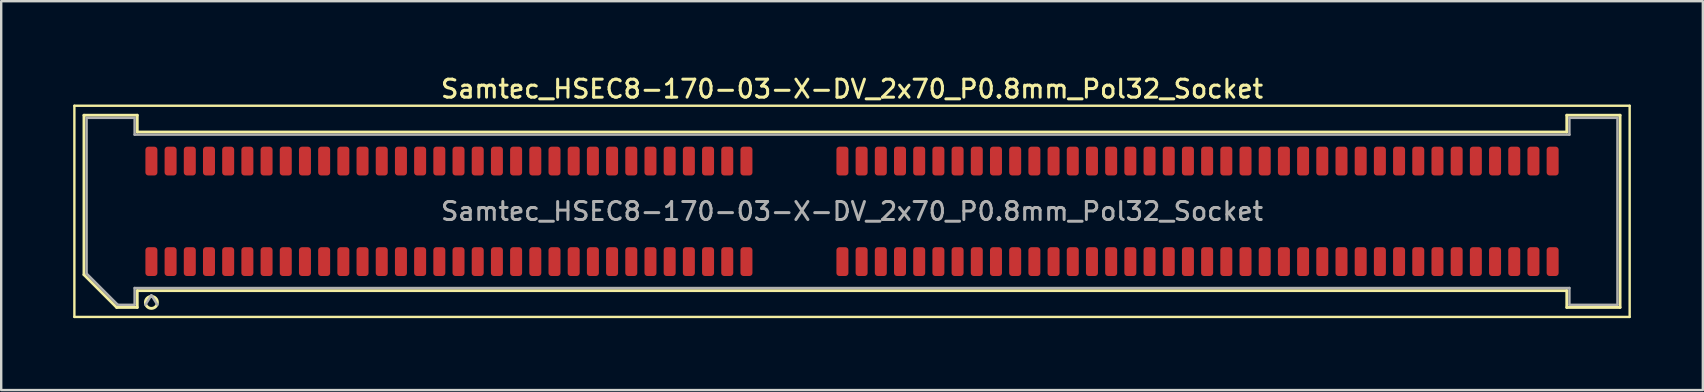
<source format=kicad_pcb>
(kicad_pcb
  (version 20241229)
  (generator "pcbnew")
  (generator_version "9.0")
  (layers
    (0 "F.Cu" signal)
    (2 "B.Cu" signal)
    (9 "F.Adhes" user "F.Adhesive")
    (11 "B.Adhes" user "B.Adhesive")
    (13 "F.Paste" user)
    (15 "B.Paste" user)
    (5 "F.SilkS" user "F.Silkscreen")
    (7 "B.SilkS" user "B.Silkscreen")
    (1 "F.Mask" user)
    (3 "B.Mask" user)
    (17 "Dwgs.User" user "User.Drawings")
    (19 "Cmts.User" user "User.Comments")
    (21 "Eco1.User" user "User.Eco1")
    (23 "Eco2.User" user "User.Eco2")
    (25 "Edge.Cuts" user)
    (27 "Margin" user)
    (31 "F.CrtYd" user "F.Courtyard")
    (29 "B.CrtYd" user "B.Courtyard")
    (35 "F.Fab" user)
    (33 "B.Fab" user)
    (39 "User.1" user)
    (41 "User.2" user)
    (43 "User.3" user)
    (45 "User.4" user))
  (footprint "Samtec_HSEC8-170-03-X-DV_2x70_P0.8mm_Pol32_Socket"
    (layer "F.Cu")
    (at 32.46 5.758)
    (property "Reference" "Samtec_HSEC8-170-03-X-DV_2x70_P0.8mm_Pol32_Socket" (at 0 -5.1 0) (layer "F.SilkS") (effects (font (size 0.75 0.75) (thickness 0.125))))
    (attr smd)
    (fp_line (start -32.41 -4.4) (end -32.41 4.4) (stroke (width 0.1) (type solid)) (layer "F.SilkS"))
    (fp_line (start -32.41 4.4) (end 32.41 4.4) (stroke (width 0.1) (type solid)) (layer "F.SilkS"))
    (fp_line (start -32.01 -4.005) (end -29.79 -4.005) (stroke (width 0.12) (type solid)) (layer "F.SilkS"))
    (fp_line (start -32.01 2.641) (end -32.01 -4.005) (stroke (width 0.12) (type solid)) (layer "F.SilkS"))
    (fp_line (start -30.646 4.005) (end -32.01 2.641) (stroke (width 0.12) (type solid)) (layer "F.SilkS"))
    (fp_line (start -29.79 -4.005) (end -29.79 -3.305) (stroke (width 0.12) (type solid)) (layer "F.SilkS"))
    (fp_line (start -29.79 -3.305) (end 29.79 -3.305) (stroke (width 0.12) (type solid)) (layer "F.SilkS"))
    (fp_line (start -29.79 3.305) (end -29.79 4.005) (stroke (width 0.12) (type solid)) (layer "F.SilkS"))
    (fp_line (start -29.79 4.005) (end -30.646 4.005) (stroke (width 0.12) (type solid)) (layer "F.SilkS"))
    (fp_line (start 29.79 -4.005) (end 32.01 -4.005) (stroke (width 0.12) (type solid)) (layer "F.SilkS"))
    (fp_line (start 29.79 -3.305) (end 29.79 -4.005) (stroke (width 0.12) (type solid)) (layer "F.SilkS"))
    (fp_line (start 29.79 3.305) (end -29.79 3.305) (stroke (width 0.12) (type solid)) (layer "F.SilkS"))
    (fp_line (start 29.79 4.005) (end 29.79 3.305) (stroke (width 0.12) (type solid)) (layer "F.SilkS"))
    (fp_line (start 32.01 -4.005) (end 32.01 4.005) (stroke (width 0.12) (type solid)) (layer "F.SilkS"))
    (fp_line (start 32.01 4.005) (end 29.79 4.005) (stroke (width 0.12) (type solid)) (layer "F.SilkS"))
    (fp_line (start 32.41 -4.4) (end -32.41 -4.4) (stroke (width 0.1) (type solid)) (layer "F.SilkS"))
    (fp_line (start 32.41 4.4) (end 32.41 -4.4) (stroke (width 0.1) (type solid)) (layer "F.SilkS"))
    (fp_arc (start -28.95 3.795) (mid -29.45 3.795) (end -28.95 3.795) (stroke (width 0.12) (type solid)) (layer "F.SilkS"))
    (fp_line (start -31.9 -3.895) (end -29.9 -3.895) (stroke (width 0.1) (type solid)) (layer "F.Fab"))
    (fp_line (start -31.9 2.595) (end -31.9 -3.895) (stroke (width 0.1) (type solid)) (layer "F.Fab"))
    (fp_line (start -30.6 3.895) (end -31.9 2.595) (stroke (width 0.1) (type solid)) (layer "F.Fab"))
    (fp_line (start -29.9 -3.895) (end -29.9 -3.195) (stroke (width 0.1) (type solid)) (layer "F.Fab"))
    (fp_line (start -29.9 -3.195) (end 29.9 -3.195) (stroke (width 0.1) (type solid)) (layer "F.Fab"))
    (fp_line (start -29.9 3.195) (end -29.9 3.895) (stroke (width 0.1) (type solid)) (layer "F.Fab"))
    (fp_line (start -29.9 3.895) (end -30.6 3.895) (stroke (width 0.1) (type solid)) (layer "F.Fab"))
    (fp_line (start -29.2 3.495) (end -29.45 3.895) (stroke (width 0.1) (type solid)) (layer "F.Fab"))
    (fp_line (start -29.2 3.495) (end -28.95 3.895) (stroke (width 0.1) (type solid)) (layer "F.Fab"))
    (fp_line (start 29.9 -3.895) (end 31.9 -3.895) (stroke (width 0.1) (type solid)) (layer "F.Fab"))
    (fp_line (start 29.9 -3.195) (end 29.9 -3.895) (stroke (width 0.1) (type solid)) (layer "F.Fab"))
    (fp_line (start 29.9 3.195) (end -29.9 3.195) (stroke (width 0.1) (type solid)) (layer "F.Fab"))
    (fp_line (start 29.9 3.895) (end 29.9 3.195) (stroke (width 0.1) (type solid)) (layer "F.Fab"))
    (fp_line (start 31.9 -3.895) (end 31.9 3.895) (stroke (width 0.1) (type solid)) (layer "F.Fab"))
    (fp_line (start 31.9 3.895) (end 29.9 3.895) (stroke (width 0.1) (type solid)) (layer "F.Fab"))
    (fp_text user "${REFERENCE}" (at 0 0 0) (layer "F.Fab") (effects (font (size 0.75 0.75) (thickness 0.125))))
    (pad "1" smd roundrect (at -29.2 2.095) (size 0.5 1.2) (layers "F.Cu" "F.Mask" "F.Paste") (roundrect_rratio 0.25))
    (pad "2" smd roundrect (at -29.2 -2.095) (size 0.5 1.2) (layers "F.Cu" "F.Mask" "F.Paste") (roundrect_rratio 0.25))
    (pad "3" smd roundrect (at -28.4 2.095) (size 0.5 1.2) (layers "F.Cu" "F.Mask" "F.Paste") (roundrect_rratio 0.25))
    (pad "4" smd roundrect (at -28.4 -2.095) (size 0.5 1.2) (layers "F.Cu" "F.Mask" "F.Paste") (roundrect_rratio 0.25))
    (pad "5" smd roundrect (at -27.6 2.095) (size 0.5 1.2) (layers "F.Cu" "F.Mask" "F.Paste") (roundrect_rratio 0.25))
    (pad "6" smd roundrect (at -27.6 -2.095) (size 0.5 1.2) (layers "F.Cu" "F.Mask" "F.Paste") (roundrect_rratio 0.25))
    (pad "7" smd roundrect (at -26.8 2.095) (size 0.5 1.2) (layers "F.Cu" "F.Mask" "F.Paste") (roundrect_rratio 0.25))
    (pad "8" smd roundrect (at -26.8 -2.095) (size 0.5 1.2) (layers "F.Cu" "F.Mask" "F.Paste") (roundrect_rratio 0.25))
    (pad "9" smd roundrect (at -26 2.095) (size 0.5 1.2) (layers "F.Cu" "F.Mask" "F.Paste") (roundrect_rratio 0.25))
    (pad "10" smd roundrect (at -26 -2.095) (size 0.5 1.2) (layers "F.Cu" "F.Mask" "F.Paste") (roundrect_rratio 0.25))
    (pad "11" smd roundrect (at -25.2 2.095) (size 0.5 1.2) (layers "F.Cu" "F.Mask" "F.Paste") (roundrect_rratio 0.25))
    (pad "12" smd roundrect (at -25.2 -2.095) (size 0.5 1.2) (layers "F.Cu" "F.Mask" "F.Paste") (roundrect_rratio 0.25))
    (pad "13" smd roundrect (at -24.4 2.095) (size 0.5 1.2) (layers "F.Cu" "F.Mask" "F.Paste") (roundrect_rratio 0.25))
    (pad "14" smd roundrect (at -24.4 -2.095) (size 0.5 1.2) (layers "F.Cu" "F.Mask" "F.Paste") (roundrect_rratio 0.25))
    (pad "15" smd roundrect (at -23.6 2.095) (size 0.5 1.2) (layers "F.Cu" "F.Mask" "F.Paste") (roundrect_rratio 0.25))
    (pad "16" smd roundrect (at -23.6 -2.095) (size 0.5 1.2) (layers "F.Cu" "F.Mask" "F.Paste") (roundrect_rratio 0.25))
    (pad "17" smd roundrect (at -22.8 2.095) (size 0.5 1.2) (layers "F.Cu" "F.Mask" "F.Paste") (roundrect_rratio 0.25))
    (pad "18" smd roundrect (at -22.8 -2.095) (size 0.5 1.2) (layers "F.Cu" "F.Mask" "F.Paste") (roundrect_rratio 0.25))
    (pad "19" smd roundrect (at -22 2.095) (size 0.5 1.2) (layers "F.Cu" "F.Mask" "F.Paste") (roundrect_rratio 0.25))
    (pad "20" smd roundrect (at -22 -2.095) (size 0.5 1.2) (layers "F.Cu" "F.Mask" "F.Paste") (roundrect_rratio 0.25))
    (pad "21" smd roundrect (at -21.2 2.095) (size 0.5 1.2) (layers "F.Cu" "F.Mask" "F.Paste") (roundrect_rratio 0.25))
    (pad "22" smd roundrect (at -21.2 -2.095) (size 0.5 1.2) (layers "F.Cu" "F.Mask" "F.Paste") (roundrect_rratio 0.25))
    (pad "23" smd roundrect (at -20.4 2.095) (size 0.5 1.2) (layers "F.Cu" "F.Mask" "F.Paste") (roundrect_rratio 0.25))
    (pad "24" smd roundrect (at -20.4 -2.095) (size 0.5 1.2) (layers "F.Cu" "F.Mask" "F.Paste") (roundrect_rratio 0.25))
    (pad "25" smd roundrect (at -19.6 2.095) (size 0.5 1.2) (layers "F.Cu" "F.Mask" "F.Paste") (roundrect_rratio 0.25))
    (pad "26" smd roundrect (at -19.6 -2.095) (size 0.5 1.2) (layers "F.Cu" "F.Mask" "F.Paste") (roundrect_rratio 0.25))
    (pad "27" smd roundrect (at -18.8 2.095) (size 0.5 1.2) (layers "F.Cu" "F.Mask" "F.Paste") (roundrect_rratio 0.25))
    (pad "28" smd roundrect (at -18.8 -2.095) (size 0.5 1.2) (layers "F.Cu" "F.Mask" "F.Paste") (roundrect_rratio 0.25))
    (pad "29" smd roundrect (at -18 2.095) (size 0.5 1.2) (layers "F.Cu" "F.Mask" "F.Paste") (roundrect_rratio 0.25))
    (pad "30" smd roundrect (at -18 -2.095) (size 0.5 1.2) (layers "F.Cu" "F.Mask" "F.Paste") (roundrect_rratio 0.25))
    (pad "31" smd roundrect (at -17.2 2.095) (size 0.5 1.2) (layers "F.Cu" "F.Mask" "F.Paste") (roundrect_rratio 0.25))
    (pad "32" smd roundrect (at -17.2 -2.095) (size 0.5 1.2) (layers "F.Cu" "F.Mask" "F.Paste") (roundrect_rratio 0.25))
    (pad "33" smd roundrect (at -16.4 2.095) (size 0.5 1.2) (layers "F.Cu" "F.Mask" "F.Paste") (roundrect_rratio 0.25))
    (pad "34" smd roundrect (at -16.4 -2.095) (size 0.5 1.2) (layers "F.Cu" "F.Mask" "F.Paste") (roundrect_rratio 0.25))
    (pad "35" smd roundrect (at -15.6 2.095) (size 0.5 1.2) (layers "F.Cu" "F.Mask" "F.Paste") (roundrect_rratio 0.25))
    (pad "36" smd roundrect (at -15.6 -2.095) (size 0.5 1.2) (layers "F.Cu" "F.Mask" "F.Paste") (roundrect_rratio 0.25))
    (pad "37" smd roundrect (at -14.8 2.095) (size 0.5 1.2) (layers "F.Cu" "F.Mask" "F.Paste") (roundrect_rratio 0.25))
    (pad "38" smd roundrect (at -14.8 -2.095) (size 0.5 1.2) (layers "F.Cu" "F.Mask" "F.Paste") (roundrect_rratio 0.25))
    (pad "39" smd roundrect (at -14 2.095) (size 0.5 1.2) (layers "F.Cu" "F.Mask" "F.Paste") (roundrect_rratio 0.25))
    (pad "40" smd roundrect (at -14 -2.095) (size 0.5 1.2) (layers "F.Cu" "F.Mask" "F.Paste") (roundrect_rratio 0.25))
    (pad "41" smd roundrect (at -13.2 2.095) (size 0.5 1.2) (layers "F.Cu" "F.Mask" "F.Paste") (roundrect_rratio 0.25))
    (pad "42" smd roundrect (at -13.2 -2.095) (size 0.5 1.2) (layers "F.Cu" "F.Mask" "F.Paste") (roundrect_rratio 0.25))
    (pad "43" smd roundrect (at -12.4 2.095) (size 0.5 1.2) (layers "F.Cu" "F.Mask" "F.Paste") (roundrect_rratio 0.25))
    (pad "44" smd roundrect (at -12.4 -2.095) (size 0.5 1.2) (layers "F.Cu" "F.Mask" "F.Paste") (roundrect_rratio 0.25))
    (pad "45" smd roundrect (at -11.6 2.095) (size 0.5 1.2) (layers "F.Cu" "F.Mask" "F.Paste") (roundrect_rratio 0.25))
    (pad "46" smd roundrect (at -11.6 -2.095) (size 0.5 1.2) (layers "F.Cu" "F.Mask" "F.Paste") (roundrect_rratio 0.25))
    (pad "47" smd roundrect (at -10.8 2.095) (size 0.5 1.2) (layers "F.Cu" "F.Mask" "F.Paste") (roundrect_rratio 0.25))
    (pad "48" smd roundrect (at -10.8 -2.095) (size 0.5 1.2) (layers "F.Cu" "F.Mask" "F.Paste") (roundrect_rratio 0.25))
    (pad "49" smd roundrect (at -10 2.095) (size 0.5 1.2) (layers "F.Cu" "F.Mask" "F.Paste") (roundrect_rratio 0.25))
    (pad "50" smd roundrect (at -10 -2.095) (size 0.5 1.2) (layers "F.Cu" "F.Mask" "F.Paste") (roundrect_rratio 0.25))
    (pad "51" smd roundrect (at -9.2 2.095) (size 0.5 1.2) (layers "F.Cu" "F.Mask" "F.Paste") (roundrect_rratio 0.25))
    (pad "52" smd roundrect (at -9.2 -2.095) (size 0.5 1.2) (layers "F.Cu" "F.Mask" "F.Paste") (roundrect_rratio 0.25))
    (pad "53" smd roundrect (at -8.4 2.095) (size 0.5 1.2) (layers "F.Cu" "F.Mask" "F.Paste") (roundrect_rratio 0.25))
    (pad "54" smd roundrect (at -8.4 -2.095) (size 0.5 1.2) (layers "F.Cu" "F.Mask" "F.Paste") (roundrect_rratio 0.25))
    (pad "55" smd roundrect (at -7.6 2.095) (size 0.5 1.2) (layers "F.Cu" "F.Mask" "F.Paste") (roundrect_rratio 0.25))
    (pad "56" smd roundrect (at -7.6 -2.095) (size 0.5 1.2) (layers "F.Cu" "F.Mask" "F.Paste") (roundrect_rratio 0.25))
    (pad "57" smd roundrect (at -6.8 2.095) (size 0.5 1.2) (layers "F.Cu" "F.Mask" "F.Paste") (roundrect_rratio 0.25))
    (pad "58" smd roundrect (at -6.8 -2.095) (size 0.5 1.2) (layers "F.Cu" "F.Mask" "F.Paste") (roundrect_rratio 0.25))
    (pad "59" smd roundrect (at -6 2.095) (size 0.5 1.2) (layers "F.Cu" "F.Mask" "F.Paste") (roundrect_rratio 0.25))
    (pad "60" smd roundrect (at -6 -2.095) (size 0.5 1.2) (layers "F.Cu" "F.Mask" "F.Paste") (roundrect_rratio 0.25))
    (pad "61" smd roundrect (at -5.2 2.095) (size 0.5 1.2) (layers "F.Cu" "F.Mask" "F.Paste") (roundrect_rratio 0.25))
    (pad "62" smd roundrect (at -5.2 -2.095) (size 0.5 1.2) (layers "F.Cu" "F.Mask" "F.Paste") (roundrect_rratio 0.25))
    (pad "63" smd roundrect (at -4.4 2.095) (size 0.5 1.2) (layers "F.Cu" "F.Mask" "F.Paste") (roundrect_rratio 0.25))
    (pad "64" smd roundrect (at -4.4 -2.095) (size 0.5 1.2) (layers "F.Cu" "F.Mask" "F.Paste") (roundrect_rratio 0.25))
    (pad "65" smd roundrect (at -0.4 2.095) (size 0.5 1.2) (layers "F.Cu" "F.Mask" "F.Paste") (roundrect_rratio 0.25))
    (pad "66" smd roundrect (at -0.4 -2.095) (size 0.5 1.2) (layers "F.Cu" "F.Mask" "F.Paste") (roundrect_rratio 0.25))
    (pad "67" smd roundrect (at 0.4 2.095) (size 0.5 1.2) (layers "F.Cu" "F.Mask" "F.Paste") (roundrect_rratio 0.25))
    (pad "68" smd roundrect (at 0.4 -2.095) (size 0.5 1.2) (layers "F.Cu" "F.Mask" "F.Paste") (roundrect_rratio 0.25))
    (pad "69" smd roundrect (at 1.2 2.095) (size 0.5 1.2) (layers "F.Cu" "F.Mask" "F.Paste") (roundrect_rratio 0.25))
    (pad "70" smd roundrect (at 1.2 -2.095) (size 0.5 1.2) (layers "F.Cu" "F.Mask" "F.Paste") (roundrect_rratio 0.25))
    (pad "71" smd roundrect (at 2 2.095) (size 0.5 1.2) (layers "F.Cu" "F.Mask" "F.Paste") (roundrect_rratio 0.25))
    (pad "72" smd roundrect (at 2 -2.095) (size 0.5 1.2) (layers "F.Cu" "F.Mask" "F.Paste") (roundrect_rratio 0.25))
    (pad "73" smd roundrect (at 2.8 2.095) (size 0.5 1.2) (layers "F.Cu" "F.Mask" "F.Paste") (roundrect_rratio 0.25))
    (pad "74" smd roundrect (at 2.8 -2.095) (size 0.5 1.2) (layers "F.Cu" "F.Mask" "F.Paste") (roundrect_rratio 0.25))
    (pad "75" smd roundrect (at 3.6 2.095) (size 0.5 1.2) (layers "F.Cu" "F.Mask" "F.Paste") (roundrect_rratio 0.25))
    (pad "76" smd roundrect (at 3.6 -2.095) (size 0.5 1.2) (layers "F.Cu" "F.Mask" "F.Paste") (roundrect_rratio 0.25))
    (pad "77" smd roundrect (at 4.4 2.095) (size 0.5 1.2) (layers "F.Cu" "F.Mask" "F.Paste") (roundrect_rratio 0.25))
    (pad "78" smd roundrect (at 4.4 -2.095) (size 0.5 1.2) (layers "F.Cu" "F.Mask" "F.Paste") (roundrect_rratio 0.25))
    (pad "79" smd roundrect (at 5.2 2.095) (size 0.5 1.2) (layers "F.Cu" "F.Mask" "F.Paste") (roundrect_rratio 0.25))
    (pad "80" smd roundrect (at 5.2 -2.095) (size 0.5 1.2) (layers "F.Cu" "F.Mask" "F.Paste") (roundrect_rratio 0.25))
    (pad "81" smd roundrect (at 6 2.095) (size 0.5 1.2) (layers "F.Cu" "F.Mask" "F.Paste") (roundrect_rratio 0.25))
    (pad "82" smd roundrect (at 6 -2.095) (size 0.5 1.2) (layers "F.Cu" "F.Mask" "F.Paste") (roundrect_rratio 0.25))
    (pad "83" smd roundrect (at 6.8 2.095) (size 0.5 1.2) (layers "F.Cu" "F.Mask" "F.Paste") (roundrect_rratio 0.25))
    (pad "84" smd roundrect (at 6.8 -2.095) (size 0.5 1.2) (layers "F.Cu" "F.Mask" "F.Paste") (roundrect_rratio 0.25))
    (pad "85" smd roundrect (at 7.6 2.095) (size 0.5 1.2) (layers "F.Cu" "F.Mask" "F.Paste") (roundrect_rratio 0.25))
    (pad "86" smd roundrect (at 7.6 -2.095) (size 0.5 1.2) (layers "F.Cu" "F.Mask" "F.Paste") (roundrect_rratio 0.25))
    (pad "87" smd roundrect (at 8.4 2.095) (size 0.5 1.2) (layers "F.Cu" "F.Mask" "F.Paste") (roundrect_rratio 0.25))
    (pad "88" smd roundrect (at 8.4 -2.095) (size 0.5 1.2) (layers "F.Cu" "F.Mask" "F.Paste") (roundrect_rratio 0.25))
    (pad "89" smd roundrect (at 9.2 2.095) (size 0.5 1.2) (layers "F.Cu" "F.Mask" "F.Paste") (roundrect_rratio 0.25))
    (pad "90" smd roundrect (at 9.2 -2.095) (size 0.5 1.2) (layers "F.Cu" "F.Mask" "F.Paste") (roundrect_rratio 0.25))
    (pad "91" smd roundrect (at 10 2.095) (size 0.5 1.2) (layers "F.Cu" "F.Mask" "F.Paste") (roundrect_rratio 0.25))
    (pad "92" smd roundrect (at 10 -2.095) (size 0.5 1.2) (layers "F.Cu" "F.Mask" "F.Paste") (roundrect_rratio 0.25))
    (pad "93" smd roundrect (at 10.8 2.095) (size 0.5 1.2) (layers "F.Cu" "F.Mask" "F.Paste") (roundrect_rratio 0.25))
    (pad "94" smd roundrect (at 10.8 -2.095) (size 0.5 1.2) (layers "F.Cu" "F.Mask" "F.Paste") (roundrect_rratio 0.25))
    (pad "95" smd roundrect (at 11.6 2.095) (size 0.5 1.2) (layers "F.Cu" "F.Mask" "F.Paste") (roundrect_rratio 0.25))
    (pad "96" smd roundrect (at 11.6 -2.095) (size 0.5 1.2) (layers "F.Cu" "F.Mask" "F.Paste") (roundrect_rratio 0.25))
    (pad "97" smd roundrect (at 12.4 2.095) (size 0.5 1.2) (layers "F.Cu" "F.Mask" "F.Paste") (roundrect_rratio 0.25))
    (pad "98" smd roundrect (at 12.4 -2.095) (size 0.5 1.2) (layers "F.Cu" "F.Mask" "F.Paste") (roundrect_rratio 0.25))
    (pad "99" smd roundrect (at 13.2 2.095) (size 0.5 1.2) (layers "F.Cu" "F.Mask" "F.Paste") (roundrect_rratio 0.25))
    (pad "100" smd roundrect (at 13.2 -2.095) (size 0.5 1.2) (layers "F.Cu" "F.Mask" "F.Paste") (roundrect_rratio 0.25))
    (pad "101" smd roundrect (at 14 2.095) (size 0.5 1.2) (layers "F.Cu" "F.Mask" "F.Paste") (roundrect_rratio 0.25))
    (pad "102" smd roundrect (at 14 -2.095) (size 0.5 1.2) (layers "F.Cu" "F.Mask" "F.Paste") (roundrect_rratio 0.25))
    (pad "103" smd roundrect (at 14.8 2.095) (size 0.5 1.2) (layers "F.Cu" "F.Mask" "F.Paste") (roundrect_rratio 0.25))
    (pad "104" smd roundrect (at 14.8 -2.095) (size 0.5 1.2) (layers "F.Cu" "F.Mask" "F.Paste") (roundrect_rratio 0.25))
    (pad "105" smd roundrect (at 15.6 2.095) (size 0.5 1.2) (layers "F.Cu" "F.Mask" "F.Paste") (roundrect_rratio 0.25))
    (pad "106" smd roundrect (at 15.6 -2.095) (size 0.5 1.2) (layers "F.Cu" "F.Mask" "F.Paste") (roundrect_rratio 0.25))
    (pad "107" smd roundrect (at 16.4 2.095) (size 0.5 1.2) (layers "F.Cu" "F.Mask" "F.Paste") (roundrect_rratio 0.25))
    (pad "108" smd roundrect (at 16.4 -2.095) (size 0.5 1.2) (layers "F.Cu" "F.Mask" "F.Paste") (roundrect_rratio 0.25))
    (pad "109" smd roundrect (at 17.2 2.095) (size 0.5 1.2) (layers "F.Cu" "F.Mask" "F.Paste") (roundrect_rratio 0.25))
    (pad "110" smd roundrect (at 17.2 -2.095) (size 0.5 1.2) (layers "F.Cu" "F.Mask" "F.Paste") (roundrect_rratio 0.25))
    (pad "111" smd roundrect (at 18 2.095) (size 0.5 1.2) (layers "F.Cu" "F.Mask" "F.Paste") (roundrect_rratio 0.25))
    (pad "112" smd roundrect (at 18 -2.095) (size 0.5 1.2) (layers "F.Cu" "F.Mask" "F.Paste") (roundrect_rratio 0.25))
    (pad "113" smd roundrect (at 18.8 2.095) (size 0.5 1.2) (layers "F.Cu" "F.Mask" "F.Paste") (roundrect_rratio 0.25))
    (pad "114" smd roundrect (at 18.8 -2.095) (size 0.5 1.2) (layers "F.Cu" "F.Mask" "F.Paste") (roundrect_rratio 0.25))
    (pad "115" smd roundrect (at 19.6 2.095) (size 0.5 1.2) (layers "F.Cu" "F.Mask" "F.Paste") (roundrect_rratio 0.25))
    (pad "116" smd roundrect (at 19.6 -2.095) (size 0.5 1.2) (layers "F.Cu" "F.Mask" "F.Paste") (roundrect_rratio 0.25))
    (pad "117" smd roundrect (at 20.4 2.095) (size 0.5 1.2) (layers "F.Cu" "F.Mask" "F.Paste") (roundrect_rratio 0.25))
    (pad "118" smd roundrect (at 20.4 -2.095) (size 0.5 1.2) (layers "F.Cu" "F.Mask" "F.Paste") (roundrect_rratio 0.25))
    (pad "119" smd roundrect (at 21.2 2.095) (size 0.5 1.2) (layers "F.Cu" "F.Mask" "F.Paste") (roundrect_rratio 0.25))
    (pad "120" smd roundrect (at 21.2 -2.095) (size 0.5 1.2) (layers "F.Cu" "F.Mask" "F.Paste") (roundrect_rratio 0.25))
    (pad "121" smd roundrect (at 22 2.095) (size 0.5 1.2) (layers "F.Cu" "F.Mask" "F.Paste") (roundrect_rratio 0.25))
    (pad "122" smd roundrect (at 22 -2.095) (size 0.5 1.2) (layers "F.Cu" "F.Mask" "F.Paste") (roundrect_rratio 0.25))
    (pad "123" smd roundrect (at 22.8 2.095) (size 0.5 1.2) (layers "F.Cu" "F.Mask" "F.Paste") (roundrect_rratio 0.25))
    (pad "124" smd roundrect (at 22.8 -2.095) (size 0.5 1.2) (layers "F.Cu" "F.Mask" "F.Paste") (roundrect_rratio 0.25))
    (pad "125" smd roundrect (at 23.6 2.095) (size 0.5 1.2) (layers "F.Cu" "F.Mask" "F.Paste") (roundrect_rratio 0.25))
    (pad "126" smd roundrect (at 23.6 -2.095) (size 0.5 1.2) (layers "F.Cu" "F.Mask" "F.Paste") (roundrect_rratio 0.25))
    (pad "127" smd roundrect (at 24.4 2.095) (size 0.5 1.2) (layers "F.Cu" "F.Mask" "F.Paste") (roundrect_rratio 0.25))
    (pad "128" smd roundrect (at 24.4 -2.095) (size 0.5 1.2) (layers "F.Cu" "F.Mask" "F.Paste") (roundrect_rratio 0.25))
    (pad "129" smd roundrect (at 25.2 2.095) (size 0.5 1.2) (layers "F.Cu" "F.Mask" "F.Paste") (roundrect_rratio 0.25))
    (pad "130" smd roundrect (at 25.2 -2.095) (size 0.5 1.2) (layers "F.Cu" "F.Mask" "F.Paste") (roundrect_rratio 0.25))
    (pad "131" smd roundrect (at 26 2.095) (size 0.5 1.2) (layers "F.Cu" "F.Mask" "F.Paste") (roundrect_rratio 0.25))
    (pad "132" smd roundrect (at 26 -2.095) (size 0.5 1.2) (layers "F.Cu" "F.Mask" "F.Paste") (roundrect_rratio 0.25))
    (pad "133" smd roundrect (at 26.8 2.095) (size 0.5 1.2) (layers "F.Cu" "F.Mask" "F.Paste") (roundrect_rratio 0.25))
    (pad "134" smd roundrect (at 26.8 -2.095) (size 0.5 1.2) (layers "F.Cu" "F.Mask" "F.Paste") (roundrect_rratio 0.25))
    (pad "135" smd roundrect (at 27.6 2.095) (size 0.5 1.2) (layers "F.Cu" "F.Mask" "F.Paste") (roundrect_rratio 0.25))
    (pad "136" smd roundrect (at 27.6 -2.095) (size 0.5 1.2) (layers "F.Cu" "F.Mask" "F.Paste") (roundrect_rratio 0.25))
    (pad "137" smd roundrect (at 28.4 2.095) (size 0.5 1.2) (layers "F.Cu" "F.Mask" "F.Paste") (roundrect_rratio 0.25))
    (pad "138" smd roundrect (at 28.4 -2.095) (size 0.5 1.2) (layers "F.Cu" "F.Mask" "F.Paste") (roundrect_rratio 0.25))
    (pad "139" smd roundrect (at 29.2 2.095) (size 0.5 1.2) (layers "F.Cu" "F.Mask" "F.Paste") (roundrect_rratio 0.25))
    (pad "140" smd roundrect (at 29.2 -2.095) (size 0.5 1.2) (layers "F.Cu" "F.Mask" "F.Paste") (roundrect_rratio 0.25)))
  (gr_rect
    (start -3 -3)
    (end 67.92 13.208)
    (stroke (width 0.1) (type default))
    (fill no)
    (layer "Edge.Cuts")))
</source>
